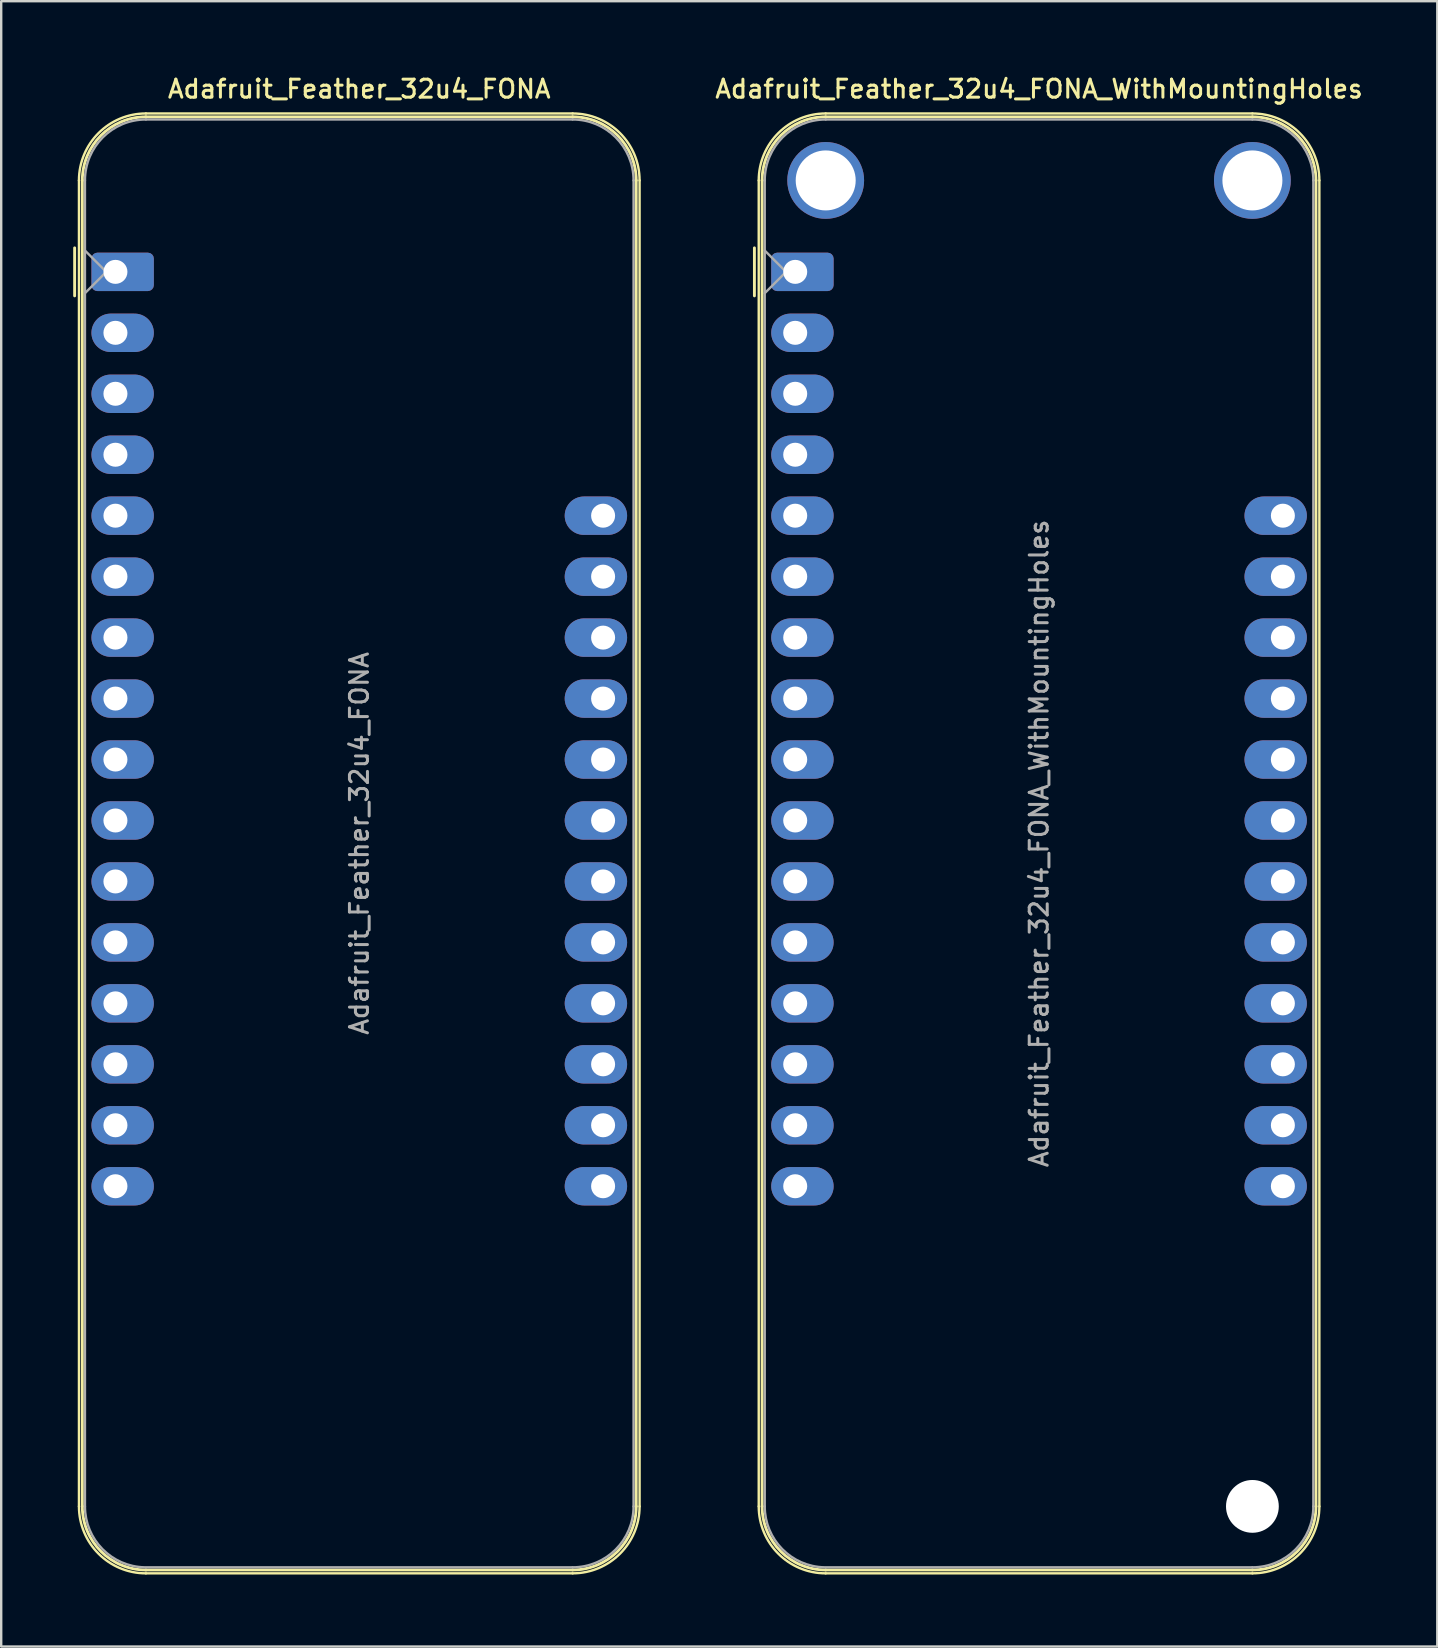
<source format=kicad_pcb>
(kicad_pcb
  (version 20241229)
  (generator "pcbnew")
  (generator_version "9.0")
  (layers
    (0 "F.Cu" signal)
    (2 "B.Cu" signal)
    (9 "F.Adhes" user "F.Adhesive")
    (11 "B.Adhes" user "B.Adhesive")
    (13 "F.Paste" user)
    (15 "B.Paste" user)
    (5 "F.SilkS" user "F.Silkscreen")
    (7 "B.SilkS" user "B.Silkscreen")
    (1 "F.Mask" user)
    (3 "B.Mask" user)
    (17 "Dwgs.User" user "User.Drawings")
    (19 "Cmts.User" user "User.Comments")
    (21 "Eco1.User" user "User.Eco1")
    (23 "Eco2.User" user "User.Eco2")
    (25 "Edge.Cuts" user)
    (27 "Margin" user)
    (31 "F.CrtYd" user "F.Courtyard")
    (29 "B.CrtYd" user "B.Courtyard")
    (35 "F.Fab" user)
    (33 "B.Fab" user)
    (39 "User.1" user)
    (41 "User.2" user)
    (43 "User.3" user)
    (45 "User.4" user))
  (footprint "Adafruit_Feather_32u4_FONA"
    (layer "F.Cu")
    (at 1.76 8.278)
    (property "Reference" "Adafruit_Feather_32u4_FONA" (at 10.16 -7.62 0) (layer "F.SilkS") (effects (font (size 0.75 0.75) (thickness 0.125))))
    (attr through_hole)
    (fp_line (start -1.7 1) (end -1.7 -1) (stroke (width 0.12) (type solid)) (layer "F.SilkS"))
    (fp_line (start -1.52 51.44) (end -1.52 -3.81) (stroke (width 0.1) (type solid)) (layer "F.SilkS"))
    (fp_line (start -1.38 -3.81) (end -1.38 51.44) (stroke (width 0.12) (type solid)) (layer "F.SilkS"))
    (fp_line (start 19.05 -6.6) (end 1.27 -6.6) (stroke (width 0.1) (type solid)) (layer "F.SilkS"))
    (fp_line (start 19.05 -6.46) (end 1.27 -6.46) (stroke (width 0.12) (type solid)) (layer "F.SilkS"))
    (fp_line (start 19.05 54.09) (end 1.27 54.09) (stroke (width 0.12) (type solid)) (layer "F.SilkS"))
    (fp_line (start 19.05 54.23) (end 1.27 54.23) (stroke (width 0.1) (type solid)) (layer "F.SilkS"))
    (fp_line (start 21.7 -3.81) (end 21.7 51.44) (stroke (width 0.12) (type solid)) (layer "F.SilkS"))
    (fp_line (start 21.84 51.44) (end 21.84 -3.81) (stroke (width 0.1) (type solid)) (layer "F.SilkS"))
    (fp_arc (start -1.52 -3.81) (mid -0.702828 -5.782828) (end 1.27 -6.6) (stroke (width 0.1) (type solid)) (layer "F.SilkS"))
    (fp_arc (start -1.38 -3.81) (mid -0.603833 -5.683833) (end 1.27 -6.46) (stroke (width 0.12) (type solid)) (layer "F.SilkS"))
    (fp_arc (start 1.27 54.09) (mid -0.603833 53.313833) (end -1.38 51.44) (stroke (width 0.12) (type solid)) (layer "F.SilkS"))
    (fp_arc (start 1.27 54.23) (mid -0.702828 53.412828) (end -1.52 51.44) (stroke (width 0.1) (type solid)) (layer "F.SilkS"))
    (fp_arc (start 19.05 -6.6) (mid 21.022828 -5.782828) (end 21.84 -3.81) (stroke (width 0.1) (type solid)) (layer "F.SilkS"))
    (fp_arc (start 19.05 -6.46) (mid 20.923833 -5.683833) (end 21.7 -3.81) (stroke (width 0.12) (type solid)) (layer "F.SilkS"))
    (fp_arc (start 21.7 51.44) (mid 20.923833 53.313833) (end 19.05 54.09) (stroke (width 0.12) (type solid)) (layer "F.SilkS"))
    (fp_arc (start 21.84 51.44) (mid 21.022828 53.412828) (end 19.05 54.23) (stroke (width 0.1) (type solid)) (layer "F.SilkS"))
    (fp_line (start -1.27 -3.81) (end -1.27 51.44) (stroke (width 0.1) (type solid)) (layer "F.Fab"))
    (fp_line (start -1.27 -0.889) (end -0.381 0) (stroke (width 0.1) (type solid)) (layer "F.Fab"))
    (fp_line (start -0.381 0) (end -1.27 0.889) (stroke (width 0.1) (type solid)) (layer "F.Fab"))
    (fp_line (start 1.27 53.98) (end 19.05 53.98) (stroke (width 0.1) (type solid)) (layer "F.Fab"))
    (fp_line (start 19.05 -6.35) (end 1.27 -6.35) (stroke (width 0.1) (type solid)) (layer "F.Fab"))
    (fp_line (start 21.59 51.44) (end 21.59 -3.81) (stroke (width 0.1) (type solid)) (layer "F.Fab"))
    (fp_arc (start -1.27 -3.81) (mid -0.526051 -5.606051) (end 1.27 -6.35) (stroke (width 0.1) (type solid)) (layer "F.Fab"))
    (fp_arc (start 1.221238 53.979532) (mid -0.543209 53.218728) (end -1.27 51.44) (stroke (width 0.1) (type solid)) (layer "F.Fab"))
    (fp_arc (start 19.05 -6.35) (mid 20.846051 -5.606051) (end 21.59 -3.81) (stroke (width 0.1) (type solid)) (layer "F.Fab"))
    (fp_arc (start 21.59 51.44) (mid 20.846051 53.236051) (end 19.05 53.98) (stroke (width 0.1) (type solid)) (layer "F.Fab"))
    (fp_text user "${REFERENCE}" (at 10.16 23.815 270) (layer "F.Fab") (effects (font (size 0.75 0.75) (thickness 0.125))))
    (pad "1" thru_hole roundrect (at 0 0) (size 2.6 1.6) (drill 1 (offset 0.3 0)) (layers "*.Cu" "*.Mask") (roundrect_rratio 0.156))
    (pad "2" thru_hole oval (at 0 2.54) (size 2.6 1.6) (drill 1 (offset 0.3 0)) (layers "*.Cu" "*.Mask"))
    (pad "3" thru_hole oval (at 0 5.08) (size 2.6 1.6) (drill 1 (offset 0.3 0)) (layers "*.Cu" "*.Mask"))
    (pad "4" thru_hole oval (at 0 7.62) (size 2.6 1.6) (drill 1 (offset 0.3 0)) (layers "*.Cu" "*.Mask"))
    (pad "5" thru_hole oval (at 0 10.16) (size 2.6 1.6) (drill 1 (offset 0.3 0)) (layers "*.Cu" "*.Mask"))
    (pad "6" thru_hole oval (at 0 12.7) (size 2.6 1.6) (drill 1 (offset 0.3 0)) (layers "*.Cu" "*.Mask"))
    (pad "7" thru_hole oval (at 0 15.24) (size 2.6 1.6) (drill 1 (offset 0.3 0)) (layers "*.Cu" "*.Mask"))
    (pad "8" thru_hole oval (at 0 17.78) (size 2.6 1.6) (drill 1 (offset 0.3 0)) (layers "*.Cu" "*.Mask"))
    (pad "9" thru_hole oval (at 0 20.32) (size 2.6 1.6) (drill 1 (offset 0.3 0)) (layers "*.Cu" "*.Mask"))
    (pad "10" thru_hole oval (at 0 22.86) (size 2.6 1.6) (drill 1 (offset 0.3 0)) (layers "*.Cu" "*.Mask"))
    (pad "11" thru_hole oval (at 0 25.4) (size 2.6 1.6) (drill 1 (offset 0.3 0)) (layers "*.Cu" "*.Mask"))
    (pad "12" thru_hole oval (at 0 27.94) (size 2.6 1.6) (drill 1 (offset 0.3 0)) (layers "*.Cu" "*.Mask"))
    (pad "13" thru_hole oval (at 0 30.48) (size 2.6 1.6) (drill 1 (offset 0.3 0)) (layers "*.Cu" "*.Mask"))
    (pad "14" thru_hole oval (at 0 33.02) (size 2.6 1.6) (drill 1 (offset 0.3 0)) (layers "*.Cu" "*.Mask"))
    (pad "15" thru_hole oval (at 0 35.56) (size 2.6 1.6) (drill 1 (offset 0.3 0)) (layers "*.Cu" "*.Mask"))
    (pad "16" thru_hole oval (at 0 38.1) (size 2.6 1.6) (drill 1 (offset 0.3 0)) (layers "*.Cu" "*.Mask"))
    (pad "17" thru_hole oval (at 20.32 38.1 180) (size 2.6 1.6) (drill 1 (offset 0.3 0)) (layers "*.Cu" "*.Mask"))
    (pad "18" thru_hole oval (at 20.32 35.56 180) (size 2.6 1.6) (drill 1 (offset 0.3 0)) (layers "*.Cu" "*.Mask"))
    (pad "19" thru_hole oval (at 20.32 33.02 180) (size 2.6 1.6) (drill 1 (offset 0.3 0)) (layers "*.Cu" "*.Mask"))
    (pad "20" thru_hole oval (at 20.32 30.48 180) (size 2.6 1.6) (drill 1 (offset 0.3 0)) (layers "*.Cu" "*.Mask"))
    (pad "21" thru_hole oval (at 20.32 27.94 180) (size 2.6 1.6) (drill 1 (offset 0.3 0)) (layers "*.Cu" "*.Mask"))
    (pad "22" thru_hole oval (at 20.32 25.4 180) (size 2.6 1.6) (drill 1 (offset 0.3 0)) (layers "*.Cu" "*.Mask"))
    (pad "23" thru_hole oval (at 20.32 22.86 180) (size 2.6 1.6) (drill 1 (offset 0.3 0)) (layers "*.Cu" "*.Mask"))
    (pad "24" thru_hole oval (at 20.32 20.32 180) (size 2.6 1.6) (drill 1 (offset 0.3 0)) (layers "*.Cu" "*.Mask"))
    (pad "25" thru_hole oval (at 20.32 17.78 180) (size 2.6 1.6) (drill 1 (offset 0.3 0)) (layers "*.Cu" "*.Mask"))
    (pad "26" thru_hole oval (at 20.32 15.24 180) (size 2.6 1.6) (drill 1 (offset 0.3 0)) (layers "*.Cu" "*.Mask"))
    (pad "27" thru_hole oval (at 20.32 12.7 180) (size 2.6 1.6) (drill 1 (offset 0.3 0)) (layers "*.Cu" "*.Mask"))
    (pad "28" thru_hole oval (at 20.32 10.16 180) (size 2.6 1.6) (drill 1 (offset 0.3 0)) (layers "*.Cu" "*.Mask")))
  (footprint "Adafruit_Feather_32u4_FONA_WithMountingHoles"
    (layer "F.Cu")
    (at 30.085 8.278)
    (property "Reference" "Adafruit_Feather_32u4_FONA_WithMountingHoles" (at 10.16 -7.62 0) (layer "F.SilkS") (effects (font (size 0.75 0.75) (thickness 0.125))))
    (attr through_hole)
    (fp_line (start -1.7 1) (end -1.7 -1) (stroke (width 0.12) (type solid)) (layer "F.SilkS"))
    (fp_line (start -1.52 51.44) (end -1.52 -3.81) (stroke (width 0.1) (type solid)) (layer "F.SilkS"))
    (fp_line (start -1.38 -3.81) (end -1.38 51.44) (stroke (width 0.12) (type solid)) (layer "F.SilkS"))
    (fp_line (start 19.05 -6.6) (end 1.27 -6.6) (stroke (width 0.1) (type solid)) (layer "F.SilkS"))
    (fp_line (start 19.05 -6.46) (end 1.27 -6.46) (stroke (width 0.12) (type solid)) (layer "F.SilkS"))
    (fp_line (start 19.05 54.09) (end 1.27 54.09) (stroke (width 0.12) (type solid)) (layer "F.SilkS"))
    (fp_line (start 19.05 54.23) (end 1.27 54.23) (stroke (width 0.1) (type solid)) (layer "F.SilkS"))
    (fp_line (start 21.7 -3.81) (end 21.7 51.44) (stroke (width 0.12) (type solid)) (layer "F.SilkS"))
    (fp_line (start 21.84 51.44) (end 21.84 -3.81) (stroke (width 0.1) (type solid)) (layer "F.SilkS"))
    (fp_arc (start -1.52 -3.81) (mid -0.702828 -5.782828) (end 1.27 -6.6) (stroke (width 0.1) (type solid)) (layer "F.SilkS"))
    (fp_arc (start -1.38 -3.81) (mid -0.603833 -5.683833) (end 1.27 -6.46) (stroke (width 0.12) (type solid)) (layer "F.SilkS"))
    (fp_arc (start 1.27 54.09) (mid -0.603833 53.313833) (end -1.38 51.44) (stroke (width 0.12) (type solid)) (layer "F.SilkS"))
    (fp_arc (start 1.27 54.23) (mid -0.702828 53.412828) (end -1.52 51.44) (stroke (width 0.1) (type solid)) (layer "F.SilkS"))
    (fp_arc (start 19.05 -6.6) (mid 21.022828 -5.782828) (end 21.84 -3.81) (stroke (width 0.1) (type solid)) (layer "F.SilkS"))
    (fp_arc (start 19.05 -6.46) (mid 20.923833 -5.683833) (end 21.7 -3.81) (stroke (width 0.12) (type solid)) (layer "F.SilkS"))
    (fp_arc (start 21.7 51.44) (mid 20.923833 53.313833) (end 19.05 54.09) (stroke (width 0.12) (type solid)) (layer "F.SilkS"))
    (fp_arc (start 21.84 51.44) (mid 21.022828 53.412828) (end 19.05 54.23) (stroke (width 0.1) (type solid)) (layer "F.SilkS"))
    (fp_line (start -1.27 -3.81) (end -1.27 51.44) (stroke (width 0.1) (type solid)) (layer "F.Fab"))
    (fp_line (start -1.27 -0.889) (end -0.381 0) (stroke (width 0.1) (type solid)) (layer "F.Fab"))
    (fp_line (start -0.381 0) (end -1.27 0.889) (stroke (width 0.1) (type solid)) (layer "F.Fab"))
    (fp_line (start 1.27 53.98) (end 19.05 53.98) (stroke (width 0.1) (type solid)) (layer "F.Fab"))
    (fp_line (start 19.05 -6.35) (end 1.27 -6.35) (stroke (width 0.1) (type solid)) (layer "F.Fab"))
    (fp_line (start 21.59 51.44) (end 21.59 -3.81) (stroke (width 0.1) (type solid)) (layer "F.Fab"))
    (fp_arc (start -1.27 -3.81) (mid -0.526051 -5.606051) (end 1.27 -6.35) (stroke (width 0.1) (type solid)) (layer "F.Fab"))
    (fp_arc (start 1.221238 53.979532) (mid -0.543209 53.218728) (end -1.27 51.44) (stroke (width 0.1) (type solid)) (layer "F.Fab"))
    (fp_arc (start 19.05 -6.35) (mid 20.846051 -5.606051) (end 21.59 -3.81) (stroke (width 0.1) (type solid)) (layer "F.Fab"))
    (fp_arc (start 21.59 51.44) (mid 20.846051 53.236051) (end 19.05 53.98) (stroke (width 0.1) (type solid)) (layer "F.Fab"))
    (fp_text user "${REFERENCE}" (at 10.16 23.815 270) (layer "F.Fab") (effects (font (size 0.75 0.75) (thickness 0.125))))
    (pad "" np_thru_hole circle (at 1.27 -3.81 270) (size 3.2 3.2) (drill 2.5) (layers "*.Cu" "*.Mask"))
    (pad "" np_thru_hole circle (at 19.05 -3.81 270) (size 3.2 3.2) (drill 2.5) (layers "*.Cu" "*.Mask"))
    (pad "" np_thru_hole circle (at 19.05 51.44 270) (size 2.2 2.2) (drill 2.2) (layers "*.Cu" "*.Mask"))
    (pad "1" thru_hole roundrect (at 0 0) (size 2.6 1.6) (drill 1 (offset 0.3 0)) (layers "*.Cu" "*.Mask") (roundrect_rratio 0.156))
    (pad "2" thru_hole oval (at 0 2.54) (size 2.6 1.6) (drill 1 (offset 0.3 0)) (layers "*.Cu" "*.Mask"))
    (pad "3" thru_hole oval (at 0 5.08) (size 2.6 1.6) (drill 1 (offset 0.3 0)) (layers "*.Cu" "*.Mask"))
    (pad "4" thru_hole oval (at 0 7.62) (size 2.6 1.6) (drill 1 (offset 0.3 0)) (layers "*.Cu" "*.Mask"))
    (pad "5" thru_hole oval (at 0 10.16) (size 2.6 1.6) (drill 1 (offset 0.3 0)) (layers "*.Cu" "*.Mask"))
    (pad "6" thru_hole oval (at 0 12.7) (size 2.6 1.6) (drill 1 (offset 0.3 0)) (layers "*.Cu" "*.Mask"))
    (pad "7" thru_hole oval (at 0 15.24) (size 2.6 1.6) (drill 1 (offset 0.3 0)) (layers "*.Cu" "*.Mask"))
    (pad "8" thru_hole oval (at 0 17.78) (size 2.6 1.6) (drill 1 (offset 0.3 0)) (layers "*.Cu" "*.Mask"))
    (pad "9" thru_hole oval (at 0 20.32) (size 2.6 1.6) (drill 1 (offset 0.3 0)) (layers "*.Cu" "*.Mask"))
    (pad "10" thru_hole oval (at 0 22.86) (size 2.6 1.6) (drill 1 (offset 0.3 0)) (layers "*.Cu" "*.Mask"))
    (pad "11" thru_hole oval (at 0 25.4) (size 2.6 1.6) (drill 1 (offset 0.3 0)) (layers "*.Cu" "*.Mask"))
    (pad "12" thru_hole oval (at 0 27.94) (size 2.6 1.6) (drill 1 (offset 0.3 0)) (layers "*.Cu" "*.Mask"))
    (pad "13" thru_hole oval (at 0 30.48) (size 2.6 1.6) (drill 1 (offset 0.3 0)) (layers "*.Cu" "*.Mask"))
    (pad "14" thru_hole oval (at 0 33.02) (size 2.6 1.6) (drill 1 (offset 0.3 0)) (layers "*.Cu" "*.Mask"))
    (pad "15" thru_hole oval (at 0 35.56) (size 2.6 1.6) (drill 1 (offset 0.3 0)) (layers "*.Cu" "*.Mask"))
    (pad "16" thru_hole oval (at 0 38.1) (size 2.6 1.6) (drill 1 (offset 0.3 0)) (layers "*.Cu" "*.Mask"))
    (pad "17" thru_hole oval (at 20.32 38.1 180) (size 2.6 1.6) (drill 1 (offset 0.3 0)) (layers "*.Cu" "*.Mask"))
    (pad "18" thru_hole oval (at 20.32 35.56 180) (size 2.6 1.6) (drill 1 (offset 0.3 0)) (layers "*.Cu" "*.Mask"))
    (pad "19" thru_hole oval (at 20.32 33.02 180) (size 2.6 1.6) (drill 1 (offset 0.3 0)) (layers "*.Cu" "*.Mask"))
    (pad "20" thru_hole oval (at 20.32 30.48 180) (size 2.6 1.6) (drill 1 (offset 0.3 0)) (layers "*.Cu" "*.Mask"))
    (pad "21" thru_hole oval (at 20.32 27.94 180) (size 2.6 1.6) (drill 1 (offset 0.3 0)) (layers "*.Cu" "*.Mask"))
    (pad "22" thru_hole oval (at 20.32 25.4 180) (size 2.6 1.6) (drill 1 (offset 0.3 0)) (layers "*.Cu" "*.Mask"))
    (pad "23" thru_hole oval (at 20.32 22.86 180) (size 2.6 1.6) (drill 1 (offset 0.3 0)) (layers "*.Cu" "*.Mask"))
    (pad "24" thru_hole oval (at 20.32 20.32 180) (size 2.6 1.6) (drill 1 (offset 0.3 0)) (layers "*.Cu" "*.Mask"))
    (pad "25" thru_hole oval (at 20.32 17.78 180) (size 2.6 1.6) (drill 1 (offset 0.3 0)) (layers "*.Cu" "*.Mask"))
    (pad "26" thru_hole oval (at 20.32 15.24 180) (size 2.6 1.6) (drill 1 (offset 0.3 0)) (layers "*.Cu" "*.Mask"))
    (pad "27" thru_hole oval (at 20.32 12.7 180) (size 2.6 1.6) (drill 1 (offset 0.3 0)) (layers "*.Cu" "*.Mask"))
    (pad "28" thru_hole oval (at 20.32 10.16 180) (size 2.6 1.6) (drill 1 (offset 0.3 0)) (layers "*.Cu" "*.Mask")))
  (gr_rect
    (start -3 -3)
    (end 56.839 65.558)
    (stroke (width 0.1) (type default))
    (fill no)
    (layer "Edge.Cuts")))
</source>
